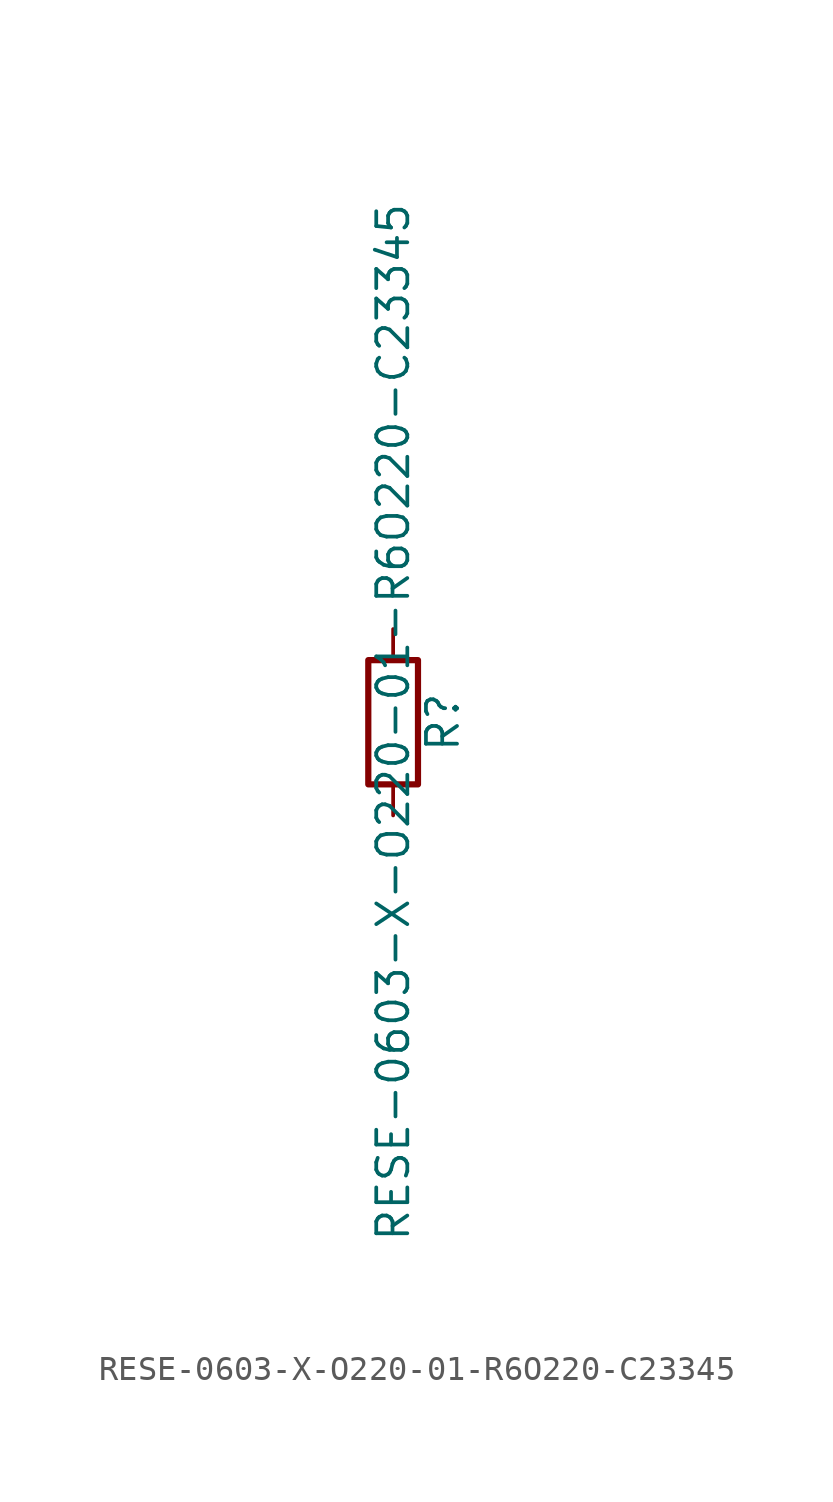
<source format=kicad_sym>
(kicad_symbol_lib
  (version 20211014)
  (generator kicad_symbol_editor)
  (symbol "RESE-0603-X-O220-01-R6O220-C23345"
    (pin_numbers hide)
    (pin_names
      (offset 0))
    (property "Reference" "R"
      (at 2.032 0 90)
      (effects (font (size 1.27 1.27))))
    (property "Value" "RESE-0603-X-O220-01-R6O220-C23345"
      (at 0 0 90)
      (effects (font (size 1.27 1.27))))
    (symbol "RESE-0603-X-O220-01-R6O220-C23345_0_1"
      (rectangle (start -1.016 -2.54) (end 1.016 2.54) (stroke (width 0.254) (type default) (color 0 0 0 0)) (fill (type none))))
    (symbol "RESE-0603-X-O220-01-R6O220-C23345_1_1"
      (pin passive line (at 0 3.81 270) (length 1.27) (name "~" (effects (font (size 1.27 1.27)))) (number "1" (effects (font (size 1.27 1.27)))))
      (pin passive line (at 0 -3.81 90) (length 1.27) (name "~" (effects (font (size 1.27 1.27)))) (number "2" (effects (font (size 1.27 1.27))))))))
</source>
